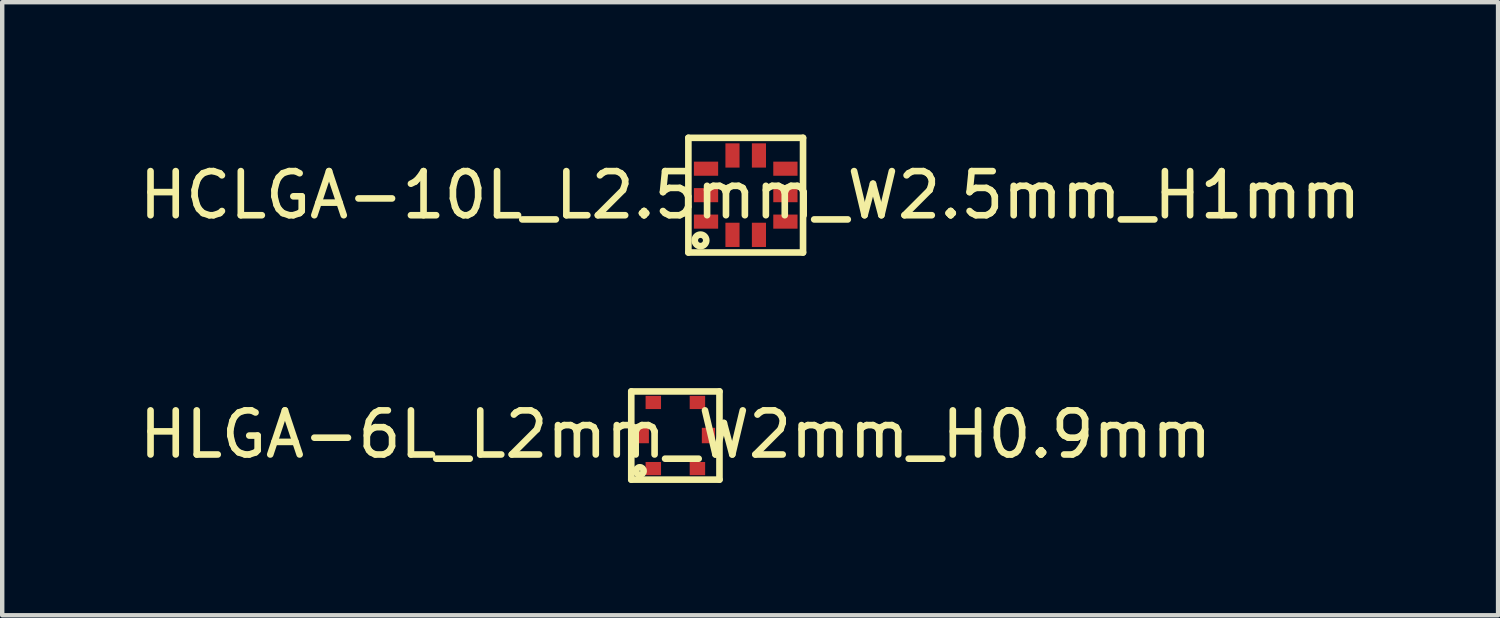
<source format=kicad_pcb>
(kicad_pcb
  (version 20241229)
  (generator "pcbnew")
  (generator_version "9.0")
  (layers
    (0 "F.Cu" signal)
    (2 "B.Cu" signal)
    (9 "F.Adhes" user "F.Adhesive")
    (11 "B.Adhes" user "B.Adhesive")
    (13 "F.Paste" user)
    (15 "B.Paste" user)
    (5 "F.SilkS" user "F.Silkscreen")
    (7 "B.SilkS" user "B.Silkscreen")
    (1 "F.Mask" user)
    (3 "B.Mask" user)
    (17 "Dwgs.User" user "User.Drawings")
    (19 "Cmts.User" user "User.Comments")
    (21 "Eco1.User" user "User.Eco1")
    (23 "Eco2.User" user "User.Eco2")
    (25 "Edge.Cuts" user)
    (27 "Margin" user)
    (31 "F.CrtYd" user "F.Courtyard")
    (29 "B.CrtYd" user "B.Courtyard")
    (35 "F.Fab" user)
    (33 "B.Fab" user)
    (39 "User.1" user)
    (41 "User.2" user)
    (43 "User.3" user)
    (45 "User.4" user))
  (footprint "HLGA-6L_L2mm_W2mm_H0.9mm"
    (layer "F.Cu")
    (at 12.268 6.8)
    (property "Reference" "HLGA-6L_L2mm_W2mm_H0.9mm" (at 0 0 0) (layer "F.SilkS") (effects (font (size 1 1) (thickness 0.15))))
    (attr smd)
    (fp_line (start -1.005 -0.975) (end -1.005 1.025) (stroke (width 0.15) (type solid)) (layer "F.SilkS"))
    (fp_line (start -1.005 1.025) (end 0.995 1.025) (stroke (width 0.15) (type solid)) (layer "F.SilkS"))
    (fp_line (start 0.995 -0.975) (end -1.005 -0.975) (stroke (width 0.15) (type solid)) (layer "F.SilkS"))
    (fp_line (start 0.995 1.025) (end 0.995 -0.975) (stroke (width 0.15) (type solid)) (layer "F.SilkS"))
    (fp_circle (center -0.81 0.83) (end -0.81 0.82) (stroke (width 0.15) (type solid)) (fill no) (layer "F.SilkS"))
    (pad "1" smd rect (at -0.505 0.775 90) (size 0.3 0.35) (layers "F.Cu" "F.Mask" "F.Paste"))
    (pad "2" smd rect (at 0.495 0.775 90) (size 0.3 0.35) (layers "F.Cu" "F.Mask" "F.Paste"))
    (pad "3" smd rect (at 0.745 0.025 180) (size 0.3 0.35) (layers "F.Cu" "F.Mask" "F.Paste"))
    (pad "4" smd rect (at 0.495 -0.725 90) (size 0.3 0.35) (layers "F.Cu" "F.Mask" "F.Paste"))
    (pad "5" smd rect (at -0.505 -0.725 90) (size 0.3 0.35) (layers "F.Cu" "F.Mask" "F.Paste"))
    (pad "6" smd rect (at -0.755 0.025 180) (size 0.3 0.35) (layers "F.Cu" "F.Mask" "F.Paste")))
  (footprint "HCLGA-10L_L2.5mm_W2.5mm_H1mm"
    (layer "F.Cu")
    (at 13.858 1.375)
    (property "Reference" "HCLGA-10L_L2.5mm_W2.5mm_H1mm" (at 0.1 0 0) (layer "F.SilkS") (effects (font (size 1 1) (thickness 0.15))))
    (attr through_hole)
    (fp_line (start -1.3 -1.3) (end 1.3 -1.3) (stroke (width 0.15) (type solid)) (layer "F.SilkS"))
    (fp_line (start -1.3 1.3) (end -1.3 -1.3) (stroke (width 0.15) (type solid)) (layer "F.SilkS"))
    (fp_line (start 1.3 -1.3) (end 1.3 1.3) (stroke (width 0.15) (type solid)) (layer "F.SilkS"))
    (fp_line (start 1.3 1.3) (end -1.3 1.3) (stroke (width 0.15) (type solid)) (layer "F.SilkS"))
    (fp_circle (center -1.025 1.025) (end -1 0.975) (stroke (width 0.15) (type solid)) (fill no) (layer "F.SilkS"))
    (pad "1" smd rect (at -0.3 0.9) (size 0.32 0.55) (layers "F.Cu" "F.Mask" "F.Paste"))
    (pad "2" smd rect (at 0.3 0.9) (size 0.32 0.55) (layers "F.Cu" "F.Mask" "F.Paste"))
    (pad "3" smd rect (at 0.9 0.6 90) (size 0.32 0.55) (layers "F.Cu" "F.Mask" "F.Paste"))
    (pad "4" smd rect (at 0.9 0 90) (size 0.32 0.55) (layers "F.Cu" "F.Mask" "F.Paste"))
    (pad "5" smd rect (at 0.9 -0.6 90) (size 0.32 0.55) (layers "F.Cu" "F.Mask" "F.Paste"))
    (pad "6" smd rect (at 0.3 -0.9) (size 0.32 0.55) (layers "F.Cu" "F.Mask" "F.Paste"))
    (pad "7" smd rect (at -0.3 -0.9) (size 0.32 0.55) (layers "F.Cu" "F.Mask" "F.Paste"))
    (pad "8" smd rect (at -0.9 -0.6 90) (size 0.32 0.55) (layers "F.Cu" "F.Mask" "F.Paste"))
    (pad "9" smd rect (at -0.9 0 90) (size 0.32 0.55) (layers "F.Cu" "F.Mask" "F.Paste"))
    (pad "10" smd rect (at -0.9 0.6 90) (size 0.32 0.55) (layers "F.Cu" "F.Mask" "F.Paste")))
  (gr_rect
    (start -3 -3)
    (end 30.917 10.9)
    (stroke (width 0.1) (type default))
    (fill no)
    (layer "Edge.Cuts")))
</source>
